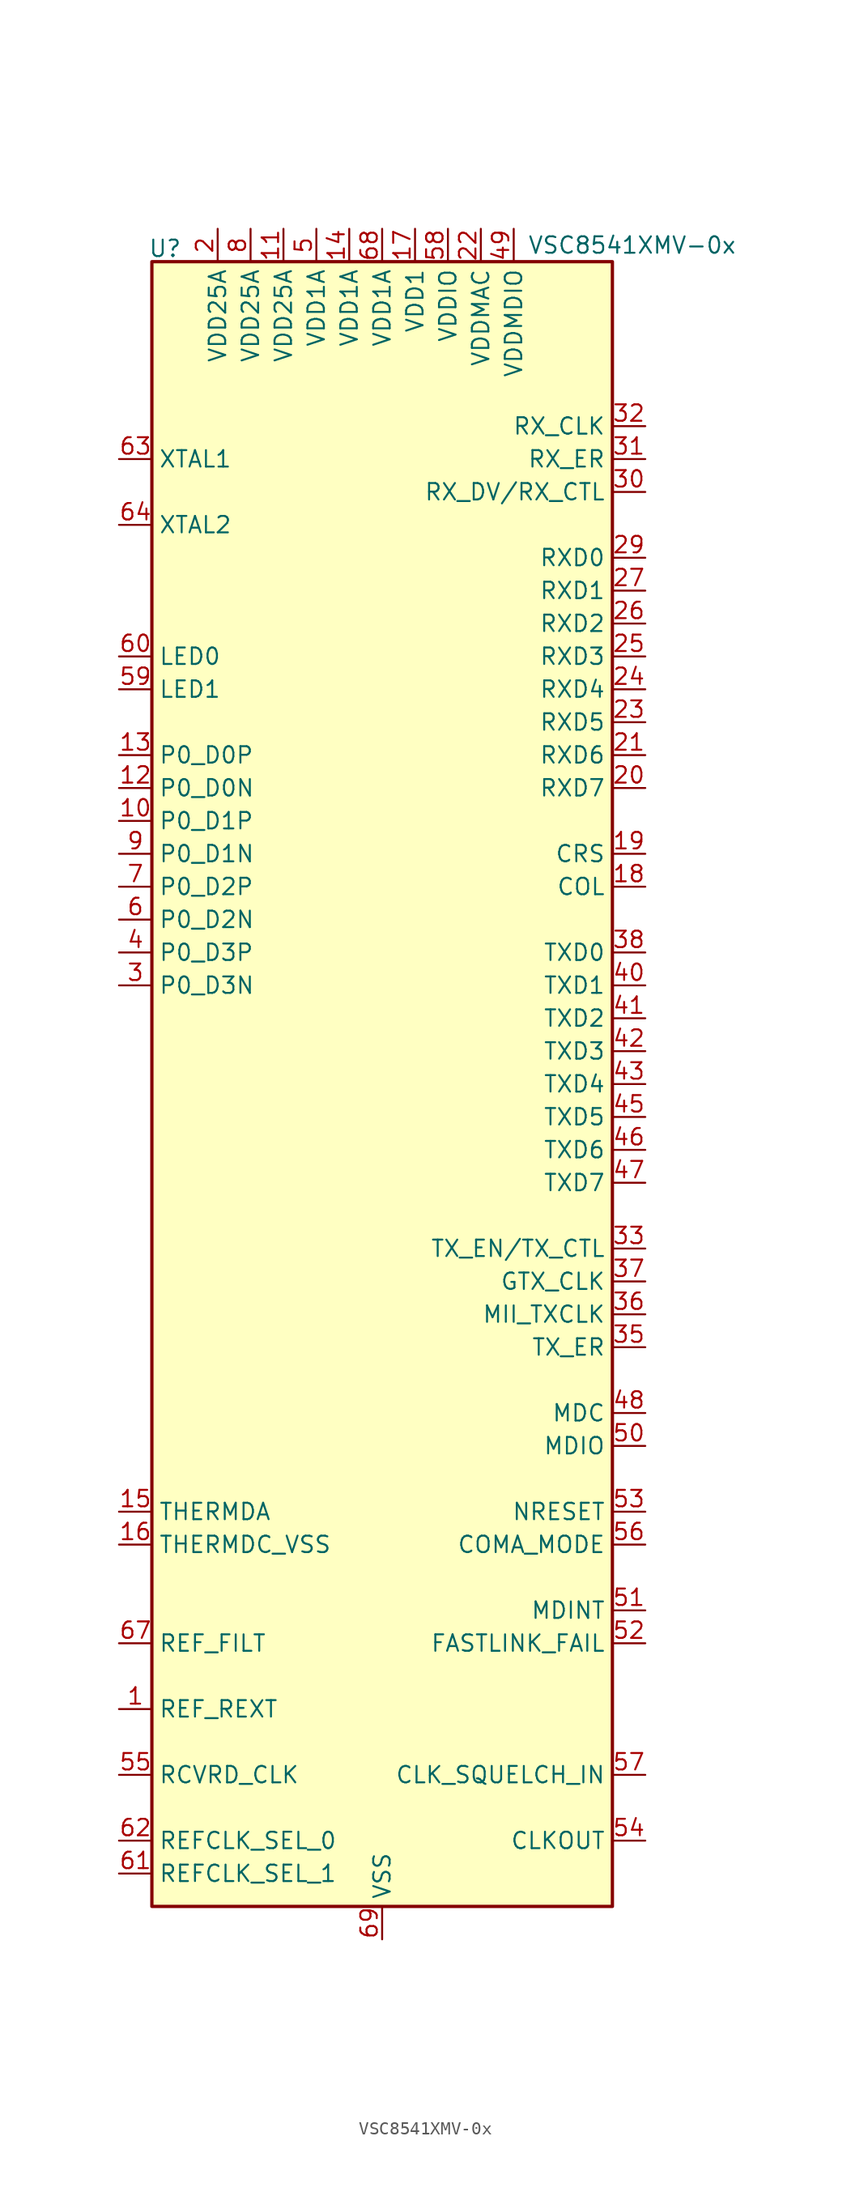
<source format=kicad_sym>
(kicad_symbol_lib
  (version 20211014)
  (generator kicad_symbol_editor)
  (symbol "VSC8541XMV-0x"
    (property "Reference" "U"
      (at -16.764 64.516 0)
      (effects (font (size 1.27 1.27))))
    (property "Value" "VSC8541XMV-0x"
      (at 19.304 64.77 0)
      (effects (font (size 1.27 1.27))))
    (symbol "VSC8541XMV-0x_0_1"
      (rectangle (start 17.78 -63.5) (end -17.78 63.5) (stroke (width 0.254) (type default) (color 0 0 0 0)) (fill (type background)))
      (pin passive line (at -20.32 -48.26 0) (length 2.54) (name "REF_REXT" (effects (font (size 1.27 1.27)))) (number "1" (effects (font (size 1.27 1.27)))))
      (pin passive line (at -20.32 20.32 0) (length 2.54) (name "P0_D1P" (effects (font (size 1.27 1.27)))) (number "10" (effects (font (size 1.27 1.27)))))
      (pin power_in line (at -7.62 66.04 270) (length 2.54) (name "VDD25A" (effects (font (size 1.27 1.27)))) (number "11" (effects (font (size 1.27 1.27)))))
      (pin passive line (at -20.32 22.86 0) (length 2.54) (name "P0_D0N" (effects (font (size 1.27 1.27)))) (number "12" (effects (font (size 1.27 1.27)))))
      (pin passive line (at -20.32 25.4 0) (length 2.54) (name "P0_D0P" (effects (font (size 1.27 1.27)))) (number "13" (effects (font (size 1.27 1.27)))))
      (pin power_in line (at -2.54 66.04 270) (length 2.54) (name "VDD1A" (effects (font (size 1.27 1.27)))) (number "14" (effects (font (size 1.27 1.27)))))
      (pin passive line (at -20.32 -33.02 0) (length 2.54) (name "THERMDA" (effects (font (size 1.27 1.27)))) (number "15" (effects (font (size 1.27 1.27)))))
      (pin passive line (at -20.32 -35.56 0) (length 2.54) (name "THERMDC_VSS" (effects (font (size 1.27 1.27)))) (number "16" (effects (font (size 1.27 1.27)))))
      (pin power_in line (at 2.54 66.04 270) (length 2.54) (name "VDD1" (effects (font (size 1.27 1.27)))) (number "17" (effects (font (size 1.27 1.27)))))
      (pin bidirectional line (at 20.32 15.24 180) (length 2.54) (name "COL" (effects (font (size 1.27 1.27)))) (number "18" (effects (font (size 1.27 1.27)))))
      (pin bidirectional line (at 20.32 17.78 180) (length 2.54) (name "CRS" (effects (font (size 1.27 1.27)))) (number "19" (effects (font (size 1.27 1.27)))))
      (pin power_in line (at -12.7 66.04 270) (length 2.54) (name "VDD25A" (effects (font (size 1.27 1.27)))) (number "2" (effects (font (size 1.27 1.27)))))
      (pin bidirectional line (at 20.32 22.86 180) (length 2.54) (name "RXD7" (effects (font (size 1.27 1.27)))) (number "20" (effects (font (size 1.27 1.27)))))
      (pin bidirectional line (at 20.32 25.4 180) (length 2.54) (name "RXD6" (effects (font (size 1.27 1.27)))) (number "21" (effects (font (size 1.27 1.27)))))
      (pin power_in line (at 7.62 66.04 270) (length 2.54) (name "VDDMAC" (effects (font (size 1.27 1.27)))) (number "22" (effects (font (size 1.27 1.27)))))
      (pin bidirectional line (at 20.32 27.94 180) (length 2.54) (name "RXD5" (effects (font (size 1.27 1.27)))) (number "23" (effects (font (size 1.27 1.27)))))
      (pin bidirectional line (at 20.32 30.48 180) (length 2.54) (name "RXD4" (effects (font (size 1.27 1.27)))) (number "24" (effects (font (size 1.27 1.27)))))
      (pin bidirectional line (at 20.32 33.02 180) (length 2.54) (name "RXD3" (effects (font (size 1.27 1.27)))) (number "25" (effects (font (size 1.27 1.27)))))
      (pin bidirectional line (at 20.32 35.56 180) (length 2.54) (name "RXD2" (effects (font (size 1.27 1.27)))) (number "26" (effects (font (size 1.27 1.27)))))
      (pin bidirectional line (at 20.32 38.1 180) (length 2.54) (name "RXD1" (effects (font (size 1.27 1.27)))) (number "27" (effects (font (size 1.27 1.27)))))
      (pin passive line (at 7.62 66.04 270) (length 2.54) hide (name "VDDMAC" (effects (font (size 1.27 1.27)))) (number "28" (effects (font (size 1.27 1.27)))))
      (pin bidirectional line (at 20.32 40.64 180) (length 2.54) (name "RXD0" (effects (font (size 1.27 1.27)))) (number "29" (effects (font (size 1.27 1.27)))))
      (pin passive line (at -20.32 7.62 0) (length 2.54) (name "P0_D3N" (effects (font (size 1.27 1.27)))) (number "3" (effects (font (size 1.27 1.27)))))
      (pin bidirectional line (at 20.32 45.72 180) (length 2.54) (name "RX_DV/RX_CTL" (effects (font (size 1.27 1.27)))) (number "30" (effects (font (size 1.27 1.27)))))
      (pin bidirectional line (at 20.32 48.26 180) (length 2.54) (name "RX_ER" (effects (font (size 1.27 1.27)))) (number "31" (effects (font (size 1.27 1.27)))))
      (pin bidirectional line (at 20.32 50.8 180) (length 2.54) (name "RX_CLK" (effects (font (size 1.27 1.27)))) (number "32" (effects (font (size 1.27 1.27)))))
      (pin input line (at 20.32 -12.7 180) (length 2.54) (name "TX_EN/TX_CTL" (effects (font (size 1.27 1.27)))) (number "33" (effects (font (size 1.27 1.27)))))
      (pin passive line (at 2.54 66.04 270) (length 2.54) hide (name "VDD1" (effects (font (size 1.27 1.27)))) (number "34" (effects (font (size 1.27 1.27)))))
      (pin input line (at 20.32 -20.32 180) (length 2.54) (name "TX_ER" (effects (font (size 1.27 1.27)))) (number "35" (effects (font (size 1.27 1.27)))))
      (pin bidirectional line (at 20.32 -17.78 180) (length 2.54) (name "MII_TXCLK" (effects (font (size 1.27 1.27)))) (number "36" (effects (font (size 1.27 1.27)))))
      (pin input line (at 20.32 -15.24 180) (length 2.54) (name "GTX_CLK" (effects (font (size 1.27 1.27)))) (number "37" (effects (font (size 1.27 1.27)))))
      (pin input line (at 20.32 10.16 180) (length 2.54) (name "TXD0" (effects (font (size 1.27 1.27)))) (number "38" (effects (font (size 1.27 1.27)))))
      (pin passive line (at 7.62 66.04 270) (length 2.54) hide (name "VDDMAC" (effects (font (size 1.27 1.27)))) (number "39" (effects (font (size 1.27 1.27)))))
      (pin passive line (at -20.32 10.16 0) (length 2.54) (name "P0_D3P" (effects (font (size 1.27 1.27)))) (number "4" (effects (font (size 1.27 1.27)))))
      (pin input line (at 20.32 7.62 180) (length 2.54) (name "TXD1" (effects (font (size 1.27 1.27)))) (number "40" (effects (font (size 1.27 1.27)))))
      (pin input line (at 20.32 5.08 180) (length 2.54) (name "TXD2" (effects (font (size 1.27 1.27)))) (number "41" (effects (font (size 1.27 1.27)))))
      (pin input line (at 20.32 2.54 180) (length 2.54) (name "TXD3" (effects (font (size 1.27 1.27)))) (number "42" (effects (font (size 1.27 1.27)))))
      (pin input line (at 20.32 0 180) (length 2.54) (name "TXD4" (effects (font (size 1.27 1.27)))) (number "43" (effects (font (size 1.27 1.27)))))
      (pin passive line (at 7.62 66.04 270) (length 2.54) hide (name "VDDMAC" (effects (font (size 1.27 1.27)))) (number "44" (effects (font (size 1.27 1.27)))))
      (pin input line (at 20.32 -2.54 180) (length 2.54) (name "TXD5" (effects (font (size 1.27 1.27)))) (number "45" (effects (font (size 1.27 1.27)))))
      (pin input line (at 20.32 -5.08 180) (length 2.54) (name "TXD6" (effects (font (size 1.27 1.27)))) (number "46" (effects (font (size 1.27 1.27)))))
      (pin input line (at 20.32 -7.62 180) (length 2.54) (name "TXD7" (effects (font (size 1.27 1.27)))) (number "47" (effects (font (size 1.27 1.27)))))
      (pin input line (at 20.32 -25.4 180) (length 2.54) (name "MDC" (effects (font (size 1.27 1.27)))) (number "48" (effects (font (size 1.27 1.27)))))
      (pin power_in line (at 10.16 66.04 270) (length 2.54) (name "VDDMDIO" (effects (font (size 1.27 1.27)))) (number "49" (effects (font (size 1.27 1.27)))))
      (pin power_in line (at -5.08 66.04 270) (length 2.54) (name "VDD1A" (effects (font (size 1.27 1.27)))) (number "5" (effects (font (size 1.27 1.27)))))
      (pin bidirectional line (at 20.32 -27.94 180) (length 2.54) (name "MDIO" (effects (font (size 1.27 1.27)))) (number "50" (effects (font (size 1.27 1.27)))))
      (pin output line (at 20.32 -40.64 180) (length 2.54) (name "MDINT" (effects (font (size 1.27 1.27)))) (number "51" (effects (font (size 1.27 1.27)))))
      (pin output line (at 20.32 -43.18 180) (length 2.54) (name "FASTLINK_FAIL" (effects (font (size 1.27 1.27)))) (number "52" (effects (font (size 1.27 1.27)))))
      (pin input line (at 20.32 -33.02 180) (length 2.54) (name "NRESET" (effects (font (size 1.27 1.27)))) (number "53" (effects (font (size 1.27 1.27)))))
      (pin bidirectional line (at 20.32 -58.42 180) (length 2.54) (name "CLKOUT" (effects (font (size 1.27 1.27)))) (number "54" (effects (font (size 1.27 1.27)))))
      (pin output line (at -20.32 -53.34 0) (length 2.54) (name "RCVRD_CLK" (effects (font (size 1.27 1.27)))) (number "55" (effects (font (size 1.27 1.27)))))
      (pin bidirectional line (at 20.32 -35.56 180) (length 2.54) (name "COMA_MODE" (effects (font (size 1.27 1.27)))) (number "56" (effects (font (size 1.27 1.27)))))
      (pin input line (at 20.32 -53.34 180) (length 2.54) (name "CLK_SQUELCH_IN" (effects (font (size 1.27 1.27)))) (number "57" (effects (font (size 1.27 1.27)))))
      (pin power_in line (at 5.08 66.04 270) (length 2.54) (name "VDDIO" (effects (font (size 1.27 1.27)))) (number "58" (effects (font (size 1.27 1.27)))))
      (pin output line (at -20.32 30.48 0) (length 2.54) (name "LED1" (effects (font (size 1.27 1.27)))) (number "59" (effects (font (size 1.27 1.27)))))
      (pin passive line (at -20.32 12.7 0) (length 2.54) (name "P0_D2N" (effects (font (size 1.27 1.27)))) (number "6" (effects (font (size 1.27 1.27)))))
      (pin output line (at -20.32 33.02 0) (length 2.54) (name "LED0" (effects (font (size 1.27 1.27)))) (number "60" (effects (font (size 1.27 1.27)))))
      (pin input line (at -20.32 -60.96 0) (length 2.54) (name "REFCLK_SEL_1" (effects (font (size 1.27 1.27)))) (number "61" (effects (font (size 1.27 1.27)))))
      (pin input line (at -20.32 -58.42 0) (length 2.54) (name "REFCLK_SEL_0" (effects (font (size 1.27 1.27)))) (number "62" (effects (font (size 1.27 1.27)))))
      (pin input line (at -20.32 48.26 0) (length 2.54) (name "XTAL1" (effects (font (size 1.27 1.27)))) (number "63" (effects (font (size 1.27 1.27)))))
      (pin output line (at -20.32 43.18 0) (length 2.54) (name "XTAL2" (effects (font (size 1.27 1.27)))) (number "64" (effects (font (size 1.27 1.27)))))
      (pin no_connect line (at -17.78 -20.32 0) (length 2.54) hide (name "RESERVED_1" (effects (font (size 1.27 1.27)))) (number "65" (effects (font (size 1.27 1.27)))))
      (pin no_connect line (at -17.78 -17.78 0) (length 2.54) hide (name "RESERVED_0" (effects (font (size 1.27 1.27)))) (number "66" (effects (font (size 1.27 1.27)))))
      (pin passive line (at -20.32 -43.18 0) (length 2.54) (name "REF_FILT" (effects (font (size 1.27 1.27)))) (number "67" (effects (font (size 1.27 1.27)))))
      (pin power_in line (at 0 66.04 270) (length 2.54) (name "VDD1A" (effects (font (size 1.27 1.27)))) (number "68" (effects (font (size 1.27 1.27)))))
      (pin power_in line (at 0 -66.04 90) (length 2.54) (name "VSS" (effects (font (size 1.27 1.27)))) (number "69" (effects (font (size 1.27 1.27)))))
      (pin passive line (at -20.32 15.24 0) (length 2.54) (name "P0_D2P" (effects (font (size 1.27 1.27)))) (number "7" (effects (font (size 1.27 1.27)))))
      (pin power_in line (at -10.16 66.04 270) (length 2.54) (name "VDD25A" (effects (font (size 1.27 1.27)))) (number "8" (effects (font (size 1.27 1.27)))))
      (pin passive line (at -20.32 17.78 0) (length 2.54) (name "P0_D1N" (effects (font (size 1.27 1.27)))) (number "9" (effects (font (size 1.27 1.27))))))))
</source>
